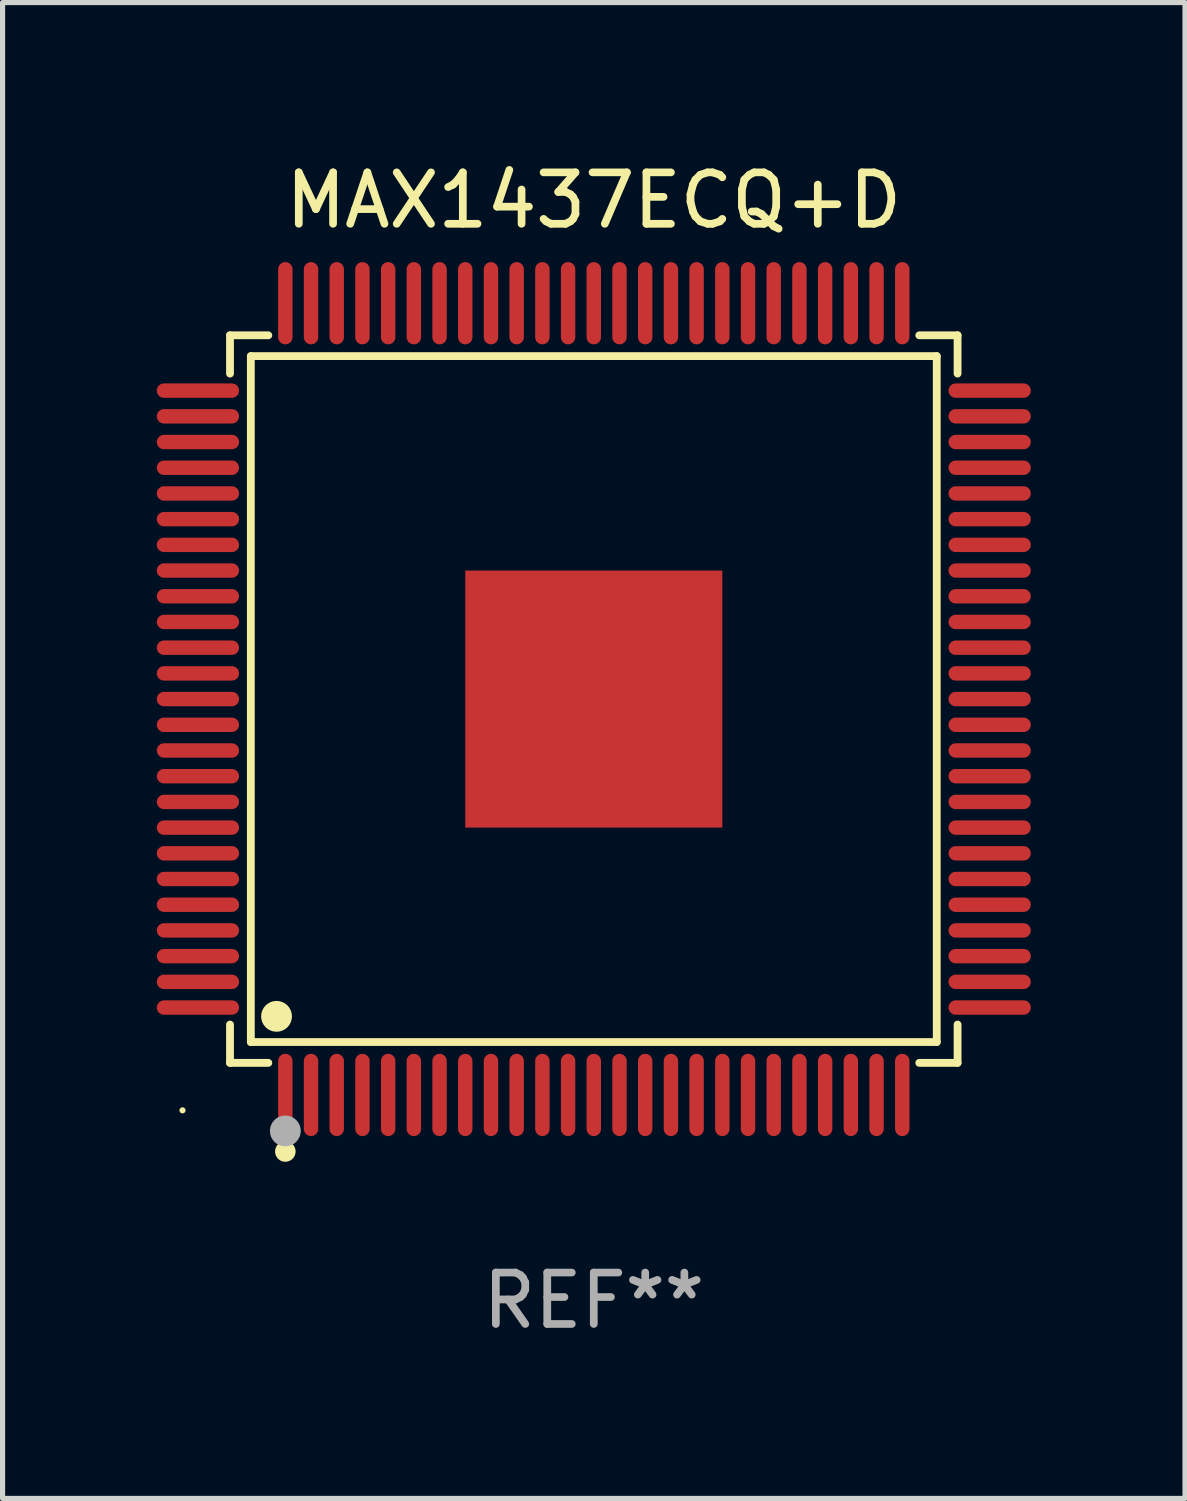
<source format=kicad_pcb>
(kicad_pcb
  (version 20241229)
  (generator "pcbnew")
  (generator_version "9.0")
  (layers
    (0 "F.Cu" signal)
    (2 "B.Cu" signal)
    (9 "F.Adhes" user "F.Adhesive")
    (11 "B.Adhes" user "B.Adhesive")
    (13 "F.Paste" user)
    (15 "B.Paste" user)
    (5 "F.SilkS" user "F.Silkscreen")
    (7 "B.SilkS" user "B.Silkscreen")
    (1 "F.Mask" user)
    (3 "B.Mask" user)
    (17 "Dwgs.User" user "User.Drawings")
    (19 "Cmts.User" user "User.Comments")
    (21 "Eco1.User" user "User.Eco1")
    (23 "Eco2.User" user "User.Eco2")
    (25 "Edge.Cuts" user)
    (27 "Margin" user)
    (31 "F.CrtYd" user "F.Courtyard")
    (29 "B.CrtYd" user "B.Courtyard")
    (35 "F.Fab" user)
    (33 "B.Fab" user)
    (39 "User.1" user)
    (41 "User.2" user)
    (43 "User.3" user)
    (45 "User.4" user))
  (footprint "MAX1437ECQ+D"
    (layer "F.Cu")
    (at 8.5 10.548)
    (property "Reference" "MAX1437ECQ+D" (at 0 -9.7 0) (layer "F.SilkS") (effects (font (size 1 1) (thickness 0.15))))
    (attr through_hole)
    (fp_line (start -7.076 -7.076) (end -6.331 -7.076) (stroke (width 0.152) (type solid)) (layer "F.SilkS"))
    (fp_line (start -7.076 -6.331) (end -7.076 -7.076) (stroke (width 0.152) (type solid)) (layer "F.SilkS"))
    (fp_line (start -7.076 6.331) (end -7.076 7.076) (stroke (width 0.152) (type solid)) (layer "F.SilkS"))
    (fp_line (start -7.076 7.076) (end -6.331 7.076) (stroke (width 0.152) (type solid)) (layer "F.SilkS"))
    (fp_line (start -6.671 -6.671) (end 6.671 -6.671) (stroke (width 0.152) (type solid)) (layer "F.SilkS"))
    (fp_line (start -6.671 6.671) (end -6.671 -6.671) (stroke (width 0.152) (type solid)) (layer "F.SilkS"))
    (fp_line (start 6.671 -6.671) (end 6.671 6.671) (stroke (width 0.152) (type solid)) (layer "F.SilkS"))
    (fp_line (start 6.671 6.671) (end -6.671 6.671) (stroke (width 0.152) (type solid)) (layer "F.SilkS"))
    (fp_line (start 7.076 -7.076) (end 6.331 -7.076) (stroke (width 0.152) (type solid)) (layer "F.SilkS"))
    (fp_line (start 7.076 -6.331) (end 7.076 -7.076) (stroke (width 0.152) (type solid)) (layer "F.SilkS"))
    (fp_line (start 7.076 6.331) (end 7.076 7.076) (stroke (width 0.152) (type solid)) (layer "F.SilkS"))
    (fp_line (start 7.076 7.076) (end 6.331 7.076) (stroke (width 0.152) (type solid)) (layer "F.SilkS"))
    (fp_circle (center -8 8) (end -7.97 8) (stroke (width 0.06) (type solid)) (fill no) (layer "F.SilkS"))
    (fp_circle (center -6.171 6.171) (end -6.021 6.171) (stroke (width 0.3) (type solid)) (fill no) (layer "F.SilkS"))
    (fp_circle (center -6 8.8) (end -5.9 8.8) (stroke (width 0.2) (type solid)) (fill no) (layer "F.SilkS"))
    (fp_circle (center -6 8.4) (end -5.85 8.4) (stroke (width 0.3) (type solid)) (fill no) (layer "F.Fab"))
    (fp_text user "REF**" (at 0 11.7 0) (layer "F.Fab") (effects (font (size 1 1) (thickness 0.15))))
    (pad "1" smd oval (at -6 7.7) (size 0.28 1.6) (layers "F.Cu" "F.Mask" "F.Paste"))
    (pad "2" smd oval (at -5.5 7.7) (size 0.28 1.6) (layers "F.Cu" "F.Mask" "F.Paste"))
    (pad "3" smd oval (at -5 7.7) (size 0.28 1.6) (layers "F.Cu" "F.Mask" "F.Paste"))
    (pad "4" smd oval (at -4.5 7.7) (size 0.28 1.6) (layers "F.Cu" "F.Mask" "F.Paste"))
    (pad "5" smd oval (at -4 7.7) (size 0.28 1.6) (layers "F.Cu" "F.Mask" "F.Paste"))
    (pad "6" smd oval (at -3.5 7.7) (size 0.28 1.6) (layers "F.Cu" "F.Mask" "F.Paste"))
    (pad "7" smd oval (at -3 7.7) (size 0.28 1.6) (layers "F.Cu" "F.Mask" "F.Paste"))
    (pad "8" smd oval (at -2.5 7.7) (size 0.28 1.6) (layers "F.Cu" "F.Mask" "F.Paste"))
    (pad "9" smd oval (at -2 7.7) (size 0.28 1.6) (layers "F.Cu" "F.Mask" "F.Paste"))
    (pad "10" smd oval (at -1.5 7.7) (size 0.28 1.6) (layers "F.Cu" "F.Mask" "F.Paste"))
    (pad "11" smd oval (at -1 7.7) (size 0.28 1.6) (layers "F.Cu" "F.Mask" "F.Paste"))
    (pad "12" smd oval (at -0.5 7.7) (size 0.28 1.6) (layers "F.Cu" "F.Mask" "F.Paste"))
    (pad "13" smd oval (at 0 7.7) (size 0.28 1.6) (layers "F.Cu" "F.Mask" "F.Paste"))
    (pad "14" smd oval (at 0.5 7.7) (size 0.28 1.6) (layers "F.Cu" "F.Mask" "F.Paste"))
    (pad "15" smd oval (at 1 7.7) (size 0.28 1.6) (layers "F.Cu" "F.Mask" "F.Paste"))
    (pad "16" smd oval (at 1.5 7.7) (size 0.28 1.6) (layers "F.Cu" "F.Mask" "F.Paste"))
    (pad "17" smd oval (at 2 7.7) (size 0.28 1.6) (layers "F.Cu" "F.Mask" "F.Paste"))
    (pad "18" smd oval (at 2.5 7.7) (size 0.28 1.6) (layers "F.Cu" "F.Mask" "F.Paste"))
    (pad "19" smd oval (at 3 7.7) (size 0.28 1.6) (layers "F.Cu" "F.Mask" "F.Paste"))
    (pad "20" smd oval (at 3.5 7.7) (size 0.28 1.6) (layers "F.Cu" "F.Mask" "F.Paste"))
    (pad "21" smd oval (at 4 7.7) (size 0.28 1.6) (layers "F.Cu" "F.Mask" "F.Paste"))
    (pad "22" smd oval (at 4.5 7.7) (size 0.28 1.6) (layers "F.Cu" "F.Mask" "F.Paste"))
    (pad "23" smd oval (at 5 7.7) (size 0.28 1.6) (layers "F.Cu" "F.Mask" "F.Paste"))
    (pad "24" smd oval (at 5.5 7.7) (size 0.28 1.6) (layers "F.Cu" "F.Mask" "F.Paste"))
    (pad "25" smd oval (at 6 7.7) (size 0.28 1.6) (layers "F.Cu" "F.Mask" "F.Paste"))
    (pad "26" smd oval (at 7.7 6) (size 1.6 0.28) (layers "F.Cu" "F.Mask" "F.Paste"))
    (pad "27" smd oval (at 7.7 5.5) (size 1.6 0.28) (layers "F.Cu" "F.Mask" "F.Paste"))
    (pad "28" smd oval (at 7.7 5) (size 1.6 0.28) (layers "F.Cu" "F.Mask" "F.Paste"))
    (pad "29" smd oval (at 7.7 4.5) (size 1.6 0.28) (layers "F.Cu" "F.Mask" "F.Paste"))
    (pad "30" smd oval (at 7.7 4) (size 1.6 0.28) (layers "F.Cu" "F.Mask" "F.Paste"))
    (pad "31" smd oval (at 7.7 3.5) (size 1.6 0.28) (layers "F.Cu" "F.Mask" "F.Paste"))
    (pad "32" smd oval (at 7.7 3) (size 1.6 0.28) (layers "F.Cu" "F.Mask" "F.Paste"))
    (pad "33" smd oval (at 7.7 2.5) (size 1.6 0.28) (layers "F.Cu" "F.Mask" "F.Paste"))
    (pad "34" smd oval (at 7.7 2) (size 1.6 0.28) (layers "F.Cu" "F.Mask" "F.Paste"))
    (pad "35" smd oval (at 7.7 1.5) (size 1.6 0.28) (layers "F.Cu" "F.Mask" "F.Paste"))
    (pad "36" smd oval (at 7.7 1) (size 1.6 0.28) (layers "F.Cu" "F.Mask" "F.Paste"))
    (pad "37" smd oval (at 7.7 0.5) (size 1.6 0.28) (layers "F.Cu" "F.Mask" "F.Paste"))
    (pad "38" smd oval (at 7.7 0) (size 1.6 0.28) (layers "F.Cu" "F.Mask" "F.Paste"))
    (pad "39" smd oval (at 7.7 -0.5) (size 1.6 0.28) (layers "F.Cu" "F.Mask" "F.Paste"))
    (pad "40" smd oval (at 7.7 -1) (size 1.6 0.28) (layers "F.Cu" "F.Mask" "F.Paste"))
    (pad "41" smd oval (at 7.7 -1.5) (size 1.6 0.28) (layers "F.Cu" "F.Mask" "F.Paste"))
    (pad "42" smd oval (at 7.7 -2) (size 1.6 0.28) (layers "F.Cu" "F.Mask" "F.Paste"))
    (pad "43" smd oval (at 7.7 -2.5) (size 1.6 0.28) (layers "F.Cu" "F.Mask" "F.Paste"))
    (pad "44" smd oval (at 7.7 -3) (size 1.6 0.28) (layers "F.Cu" "F.Mask" "F.Paste"))
    (pad "45" smd oval (at 7.7 -3.5) (size 1.6 0.28) (layers "F.Cu" "F.Mask" "F.Paste"))
    (pad "46" smd oval (at 7.7 -4) (size 1.6 0.28) (layers "F.Cu" "F.Mask" "F.Paste"))
    (pad "47" smd oval (at 7.7 -4.5) (size 1.6 0.28) (layers "F.Cu" "F.Mask" "F.Paste"))
    (pad "48" smd oval (at 7.7 -5) (size 1.6 0.28) (layers "F.Cu" "F.Mask" "F.Paste"))
    (pad "49" smd oval (at 7.7 -5.5) (size 1.6 0.28) (layers "F.Cu" "F.Mask" "F.Paste"))
    (pad "50" smd oval (at 7.7 -6) (size 1.6 0.28) (layers "F.Cu" "F.Mask" "F.Paste"))
    (pad "51" smd oval (at 6 -7.7) (size 0.28 1.6) (layers "F.Cu" "F.Mask" "F.Paste"))
    (pad "52" smd oval (at 5.5 -7.7) (size 0.28 1.6) (layers "F.Cu" "F.Mask" "F.Paste"))
    (pad "53" smd oval (at 5 -7.7) (size 0.28 1.6) (layers "F.Cu" "F.Mask" "F.Paste"))
    (pad "54" smd oval (at 4.5 -7.7) (size 0.28 1.6) (layers "F.Cu" "F.Mask" "F.Paste"))
    (pad "55" smd oval (at 4 -7.7) (size 0.28 1.6) (layers "F.Cu" "F.Mask" "F.Paste"))
    (pad "56" smd oval (at 3.5 -7.7) (size 0.28 1.6) (layers "F.Cu" "F.Mask" "F.Paste"))
    (pad "57" smd oval (at 3 -7.7) (size 0.28 1.6) (layers "F.Cu" "F.Mask" "F.Paste"))
    (pad "58" smd oval (at 2.5 -7.7) (size 0.28 1.6) (layers "F.Cu" "F.Mask" "F.Paste"))
    (pad "59" smd oval (at 2 -7.7) (size 0.28 1.6) (layers "F.Cu" "F.Mask" "F.Paste"))
    (pad "60" smd oval (at 1.5 -7.7) (size 0.28 1.6) (layers "F.Cu" "F.Mask" "F.Paste"))
    (pad "61" smd oval (at 1 -7.7) (size 0.28 1.6) (layers "F.Cu" "F.Mask" "F.Paste"))
    (pad "62" smd oval (at 0.5 -7.7) (size 0.28 1.6) (layers "F.Cu" "F.Mask" "F.Paste"))
    (pad "63" smd oval (at 0 -7.7) (size 0.28 1.6) (layers "F.Cu" "F.Mask" "F.Paste"))
    (pad "64" smd oval (at -0.5 -7.7) (size 0.28 1.6) (layers "F.Cu" "F.Mask" "F.Paste"))
    (pad "65" smd oval (at -1 -7.7) (size 0.28 1.6) (layers "F.Cu" "F.Mask" "F.Paste"))
    (pad "66" smd oval (at -1.5 -7.7) (size 0.28 1.6) (layers "F.Cu" "F.Mask" "F.Paste"))
    (pad "67" smd oval (at -2 -7.7) (size 0.28 1.6) (layers "F.Cu" "F.Mask" "F.Paste"))
    (pad "68" smd oval (at -2.5 -7.7) (size 0.28 1.6) (layers "F.Cu" "F.Mask" "F.Paste"))
    (pad "69" smd oval (at -3 -7.7) (size 0.28 1.6) (layers "F.Cu" "F.Mask" "F.Paste"))
    (pad "70" smd oval (at -3.5 -7.7) (size 0.28 1.6) (layers "F.Cu" "F.Mask" "F.Paste"))
    (pad "71" smd oval (at -4 -7.7) (size 0.28 1.6) (layers "F.Cu" "F.Mask" "F.Paste"))
    (pad "72" smd oval (at -4.5 -7.7) (size 0.28 1.6) (layers "F.Cu" "F.Mask" "F.Paste"))
    (pad "73" smd oval (at -5 -7.7) (size 0.28 1.6) (layers "F.Cu" "F.Mask" "F.Paste"))
    (pad "74" smd oval (at -5.5 -7.7) (size 0.28 1.6) (layers "F.Cu" "F.Mask" "F.Paste"))
    (pad "75" smd oval (at -6 -7.7) (size 0.28 1.6) (layers "F.Cu" "F.Mask" "F.Paste"))
    (pad "76" smd oval (at -7.7 -6) (size 1.6 0.28) (layers "F.Cu" "F.Mask" "F.Paste"))
    (pad "77" smd oval (at -7.7 -5.5) (size 1.6 0.28) (layers "F.Cu" "F.Mask" "F.Paste"))
    (pad "78" smd oval (at -7.7 -5) (size 1.6 0.28) (layers "F.Cu" "F.Mask" "F.Paste"))
    (pad "79" smd oval (at -7.7 -4.5) (size 1.6 0.28) (layers "F.Cu" "F.Mask" "F.Paste"))
    (pad "80" smd oval (at -7.7 -4) (size 1.6 0.28) (layers "F.Cu" "F.Mask" "F.Paste"))
    (pad "81" smd oval (at -7.7 -3.5) (size 1.6 0.28) (layers "F.Cu" "F.Mask" "F.Paste"))
    (pad "82" smd oval (at -7.7 -3) (size 1.6 0.28) (layers "F.Cu" "F.Mask" "F.Paste"))
    (pad "83" smd oval (at -7.7 -2.5) (size 1.6 0.28) (layers "F.Cu" "F.Mask" "F.Paste"))
    (pad "84" smd oval (at -7.7 -2) (size 1.6 0.28) (layers "F.Cu" "F.Mask" "F.Paste"))
    (pad "85" smd oval (at -7.7 -1.5) (size 1.6 0.28) (layers "F.Cu" "F.Mask" "F.Paste"))
    (pad "86" smd oval (at -7.7 -1) (size 1.6 0.28) (layers "F.Cu" "F.Mask" "F.Paste"))
    (pad "87" smd oval (at -7.7 -0.5) (size 1.6 0.28) (layers "F.Cu" "F.Mask" "F.Paste"))
    (pad "88" smd oval (at -7.7 0) (size 1.6 0.28) (layers "F.Cu" "F.Mask" "F.Paste"))
    (pad "89" smd oval (at -7.7 0.5) (size 1.6 0.28) (layers "F.Cu" "F.Mask" "F.Paste"))
    (pad "90" smd oval (at -7.7 1) (size 1.6 0.28) (layers "F.Cu" "F.Mask" "F.Paste"))
    (pad "91" smd oval (at -7.7 1.5) (size 1.6 0.28) (layers "F.Cu" "F.Mask" "F.Paste"))
    (pad "92" smd oval (at -7.7 2) (size 1.6 0.28) (layers "F.Cu" "F.Mask" "F.Paste"))
    (pad "93" smd oval (at -7.7 2.5) (size 1.6 0.28) (layers "F.Cu" "F.Mask" "F.Paste"))
    (pad "94" smd oval (at -7.7 3) (size 1.6 0.28) (layers "F.Cu" "F.Mask" "F.Paste"))
    (pad "95" smd oval (at -7.7 3.5) (size 1.6 0.28) (layers "F.Cu" "F.Mask" "F.Paste"))
    (pad "96" smd oval (at -7.7 4) (size 1.6 0.28) (layers "F.Cu" "F.Mask" "F.Paste"))
    (pad "97" smd oval (at -7.7 4.5) (size 1.6 0.28) (layers "F.Cu" "F.Mask" "F.Paste"))
    (pad "98" smd oval (at -7.7 5) (size 1.6 0.28) (layers "F.Cu" "F.Mask" "F.Paste"))
    (pad "99" smd oval (at -7.7 5.5) (size 1.6 0.28) (layers "F.Cu" "F.Mask" "F.Paste"))
    (pad "100" smd oval (at -7.7 6) (size 1.6 0.28) (layers "F.Cu" "F.Mask" "F.Paste"))
    (pad "101" smd rect (at 0 0) (size 5 5) (layers "F.Cu" "F.Mask" "F.Paste")))
  (gr_rect
    (start -3 -3)
    (end 20 26.097)
    (stroke (width 0.1) (type default))
    (fill no)
    (layer "Edge.Cuts")))
</source>
